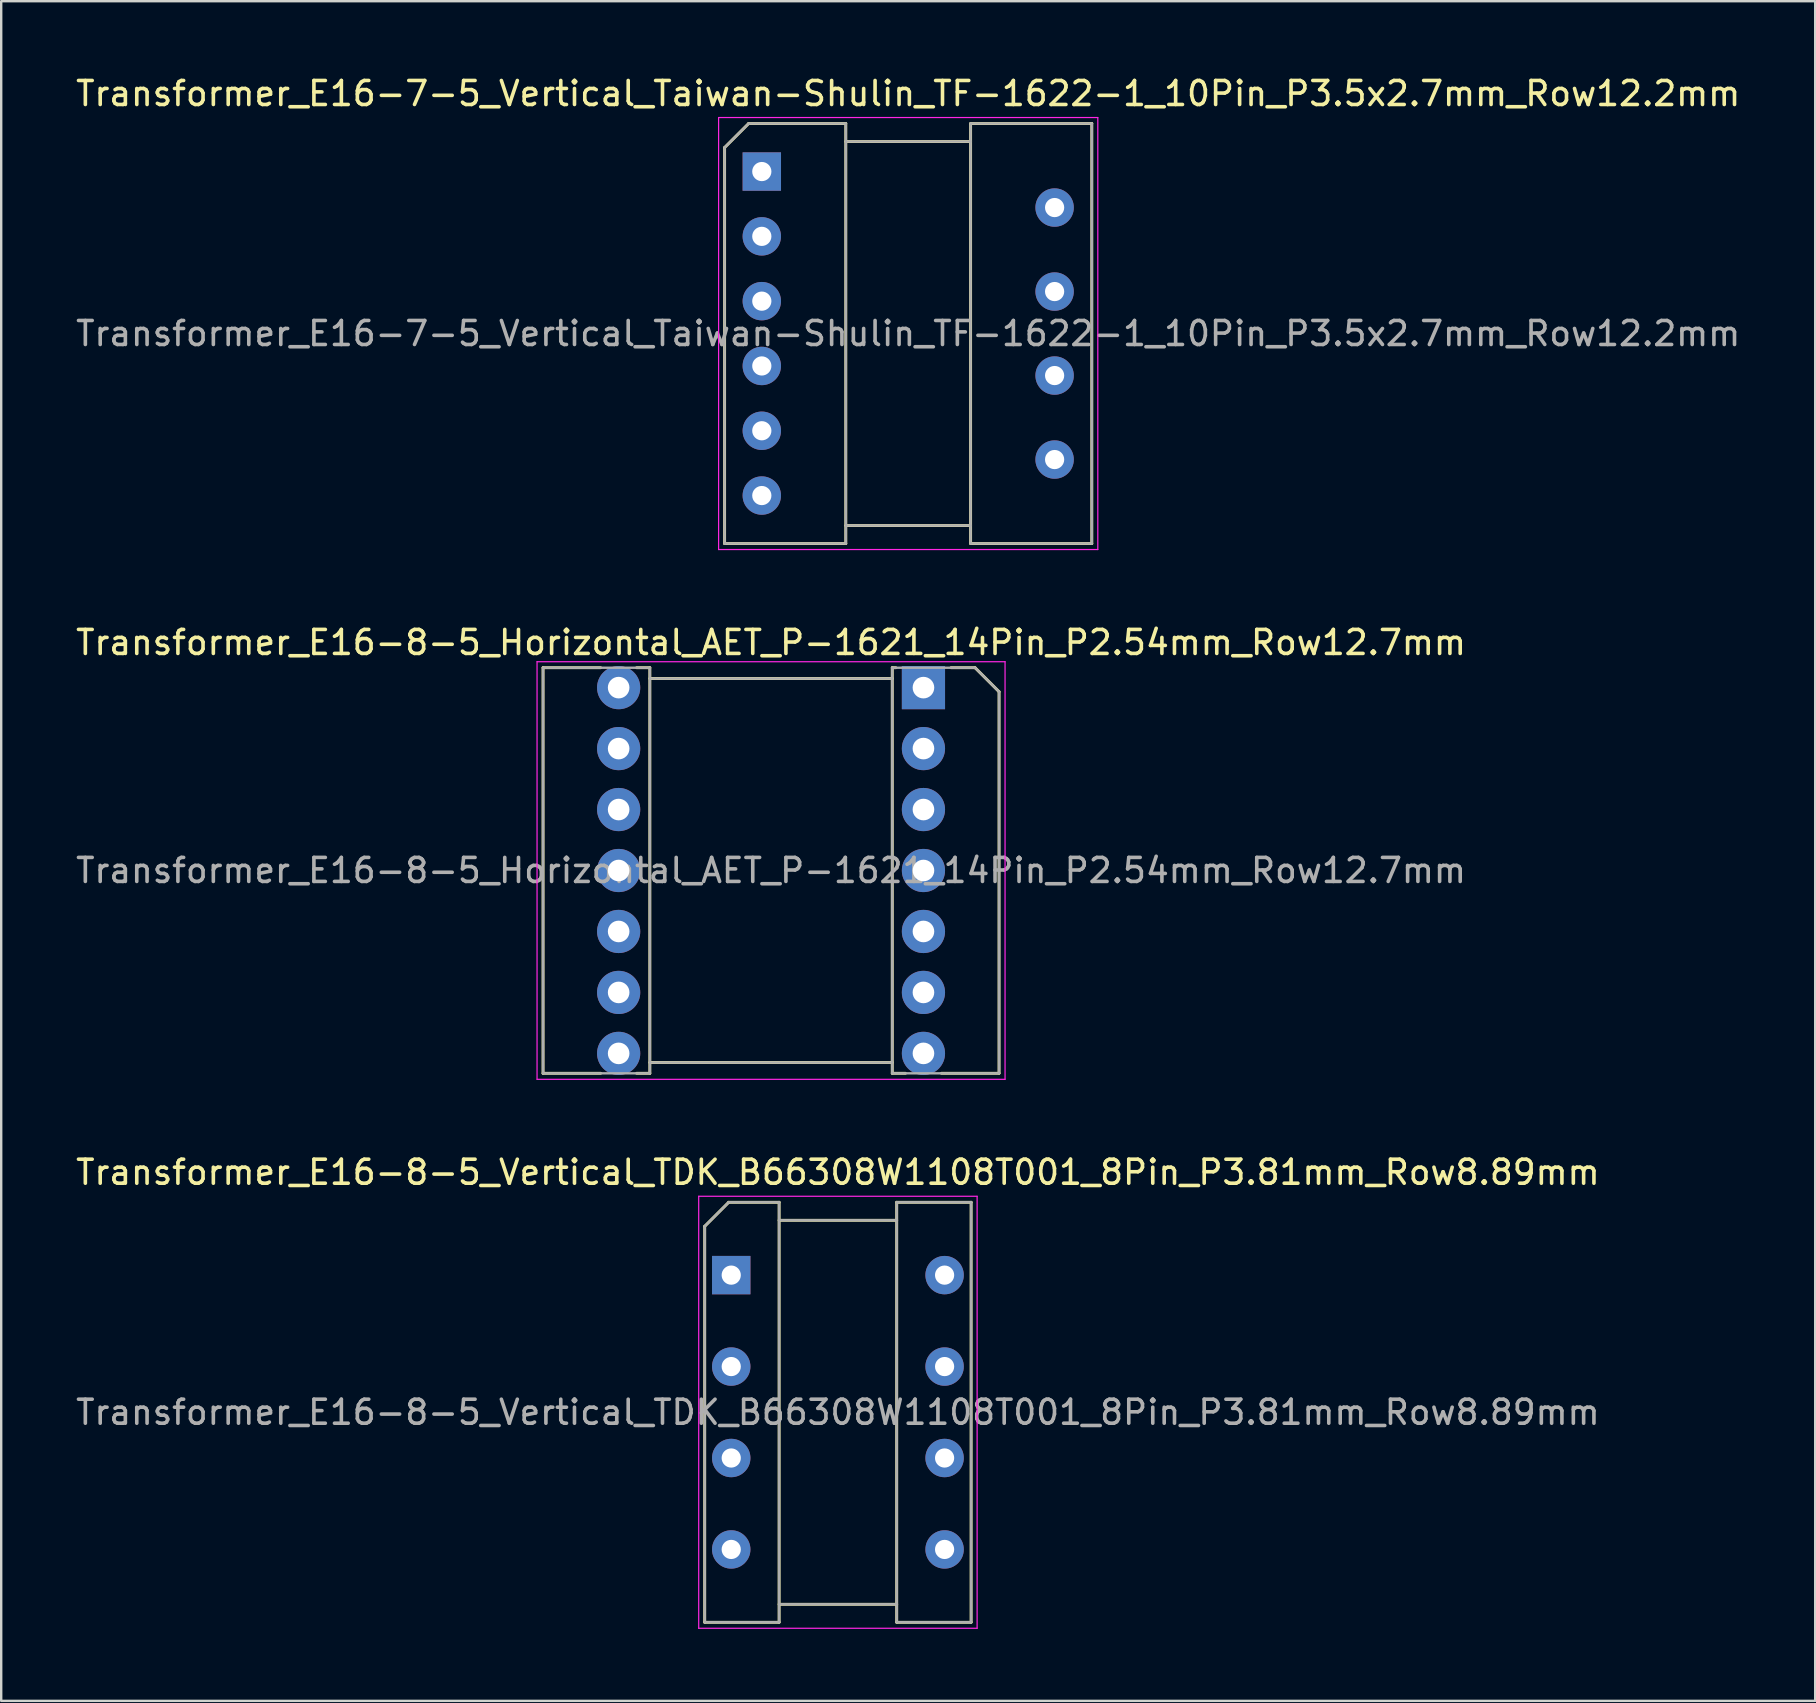
<source format=kicad_pcb>
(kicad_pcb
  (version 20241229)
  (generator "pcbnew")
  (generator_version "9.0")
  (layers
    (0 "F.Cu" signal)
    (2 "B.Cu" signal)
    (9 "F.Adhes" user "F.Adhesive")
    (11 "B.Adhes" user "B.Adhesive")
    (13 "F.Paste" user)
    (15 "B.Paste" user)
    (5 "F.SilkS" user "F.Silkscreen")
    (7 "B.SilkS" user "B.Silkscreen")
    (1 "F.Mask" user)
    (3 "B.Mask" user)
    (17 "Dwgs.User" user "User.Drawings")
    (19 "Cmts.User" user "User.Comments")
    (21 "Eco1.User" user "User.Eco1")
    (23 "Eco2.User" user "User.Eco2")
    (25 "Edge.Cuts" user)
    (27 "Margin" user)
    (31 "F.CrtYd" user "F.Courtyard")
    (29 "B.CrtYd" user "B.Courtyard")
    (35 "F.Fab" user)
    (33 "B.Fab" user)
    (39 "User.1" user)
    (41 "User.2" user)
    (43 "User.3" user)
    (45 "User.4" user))
  (footprint "Transformer_E16-8-5_Vertical_TDK_B66308W1108T001_8Pin_P3.81mm_Row8.89mm"
    (layer "F.Cu")
    (at 27.418 50.08)
    (property "Reference" "Transformer_E16-8-5_Vertical_TDK_B66308W1108T001_8Pin_P3.81mm_Row8.89mm" (at 4.445 -4.285 0) (layer "F.SilkS") (effects (font (size 1 1) (thickness 0.15))))
    (attr through_hole)
    (fp_line (start -1.105 14.465) (end -1.105 -2.035) (stroke (width 0.12) (type solid)) (layer "F.SilkS"))
    (fp_line (start -1.105 14.465) (end 1.995 14.465) (stroke (width 0.12) (type solid)) (layer "F.SilkS"))
    (fp_line (start -0.105 -3.035) (end -1.105 -2.035) (stroke (width 0.12) (type solid)) (layer "F.SilkS"))
    (fp_line (start -0.105 -3.035) (end 1.995 -3.035) (stroke (width 0.12) (type solid)) (layer "F.SilkS"))
    (fp_line (start 1.995 -2.285) (end 6.895 -2.285) (stroke (width 0.12) (type solid)) (layer "F.SilkS"))
    (fp_line (start 1.995 14.465) (end 1.995 -3.035) (stroke (width 0.12) (type solid)) (layer "F.SilkS"))
    (fp_line (start 6.895 -3.035) (end 6.895 14.465) (stroke (width 0.12) (type solid)) (layer "F.SilkS"))
    (fp_line (start 6.895 13.715) (end 1.995 13.715) (stroke (width 0.12) (type solid)) (layer "F.SilkS"))
    (fp_line (start 9.995 -3.035) (end 6.895 -3.035) (stroke (width 0.12) (type solid)) (layer "F.SilkS"))
    (fp_line (start 9.995 -3.035) (end 9.995 14.465) (stroke (width 0.12) (type solid)) (layer "F.SilkS"))
    (fp_line (start 9.995 14.465) (end 6.895 14.465) (stroke (width 0.12) (type solid)) (layer "F.SilkS"))
    (fp_line (start -1.355 -3.285) (end -1.355 14.715) (stroke (width 0.05) (type solid)) (layer "F.CrtYd"))
    (fp_line (start -1.355 -3.285) (end 10.245 -3.285) (stroke (width 0.05) (type solid)) (layer "F.CrtYd"))
    (fp_line (start -1.355 14.715) (end 10.245 14.715) (stroke (width 0.05) (type solid)) (layer "F.CrtYd"))
    (fp_line (start 10.245 -3.285) (end 10.245 14.715) (stroke (width 0.05) (type solid)) (layer "F.CrtYd"))
    (fp_line (start -1.105 14.465) (end -1.105 -2.035) (stroke (width 0.1) (type solid)) (layer "F.Fab"))
    (fp_line (start -1.105 14.465) (end 1.995 14.465) (stroke (width 0.1) (type solid)) (layer "F.Fab"))
    (fp_line (start -0.105 -3.035) (end -1.105 -2.035) (stroke (width 0.1) (type solid)) (layer "F.Fab"))
    (fp_line (start -0.105 -3.035) (end 1.995 -3.035) (stroke (width 0.1) (type solid)) (layer "F.Fab"))
    (fp_line (start 1.995 -2.285) (end 6.895 -2.285) (stroke (width 0.1) (type solid)) (layer "F.Fab"))
    (fp_line (start 1.995 14.465) (end 1.995 -3.035) (stroke (width 0.1) (type solid)) (layer "F.Fab"))
    (fp_line (start 6.895 -3.035) (end 6.895 14.465) (stroke (width 0.1) (type solid)) (layer "F.Fab"))
    (fp_line (start 6.895 13.715) (end 1.995 13.715) (stroke (width 0.1) (type solid)) (layer "F.Fab"))
    (fp_line (start 9.995 -3.035) (end 6.895 -3.035) (stroke (width 0.1) (type solid)) (layer "F.Fab"))
    (fp_line (start 9.995 -3.035) (end 9.995 14.465) (stroke (width 0.1) (type solid)) (layer "F.Fab"))
    (fp_line (start 9.995 14.465) (end 6.895 14.465) (stroke (width 0.1) (type solid)) (layer "F.Fab"))
    (fp_text user "${REFERENCE}" (at 4.445 5.715 0) (layer "F.Fab") (effects (font (size 1 1) (thickness 0.15))))
    (pad "1" thru_hole rect (at 0 0) (size 1.6 1.6) (drill 0.8) (layers "*.Cu" "*.Mask"))
    (pad "2" thru_hole oval (at 0 3.81) (size 1.6 1.6) (drill 0.8) (layers "*.Cu" "*.Mask"))
    (pad "3" thru_hole oval (at 0 7.62) (size 1.6 1.6) (drill 0.8) (layers "*.Cu" "*.Mask"))
    (pad "4" thru_hole oval (at 0 11.43) (size 1.6 1.6) (drill 0.8) (layers "*.Cu" "*.Mask"))
    (pad "5" thru_hole oval (at 8.89 11.43) (size 1.6 1.6) (drill 0.8) (layers "*.Cu" "*.Mask"))
    (pad "6" thru_hole oval (at 8.89 7.62) (size 1.6 1.6) (drill 0.8) (layers "*.Cu" "*.Mask"))
    (pad "7" thru_hole oval (at 8.89 3.81) (size 1.6 1.6) (drill 0.8) (layers "*.Cu" "*.Mask"))
    (pad "8" thru_hole oval (at 8.89 0) (size 1.6 1.6) (drill 0.8) (layers "*.Cu" "*.Mask")))
  (footprint "Transformer_E16-7-5_Vertical_Taiwan-Shulin_TF-1622-1_10Pin_P3.5x2.7mm_Row12.2mm"
    (layer "F.Cu")
    (at 28.692 4.098)
    (property "Reference" "Transformer_E16-7-5_Vertical_Taiwan-Shulin_TF-1622-1_10Pin_P3.5x2.7mm_Row12.2mm" (at 6.1 -3.25 0) (layer "F.SilkS") (effects (font (size 1 1) (thickness 0.15))))
    (attr through_hole)
    (fp_line (start -1.55 15.5) (end -1.55 -1) (stroke (width 0.12) (type solid)) (layer "F.SilkS"))
    (fp_line (start -1.55 15.5) (end 3.5 15.5) (stroke (width 0.12) (type solid)) (layer "F.SilkS"))
    (fp_line (start -0.55 -2) (end -1.55 -1) (stroke (width 0.12) (type solid)) (layer "F.SilkS"))
    (fp_line (start -0.55 -2) (end 3.5 -2) (stroke (width 0.12) (type solid)) (layer "F.SilkS"))
    (fp_line (start 3.5 -1.25) (end 8.7 -1.25) (stroke (width 0.12) (type solid)) (layer "F.SilkS"))
    (fp_line (start 3.5 15.5) (end 3.5 -2) (stroke (width 0.12) (type solid)) (layer "F.SilkS"))
    (fp_line (start 8.7 -2) (end 8.7 15.5) (stroke (width 0.12) (type solid)) (layer "F.SilkS"))
    (fp_line (start 8.7 14.75) (end 3.5 14.75) (stroke (width 0.12) (type solid)) (layer "F.SilkS"))
    (fp_line (start 13.75 -2) (end 8.7 -2) (stroke (width 0.12) (type solid)) (layer "F.SilkS"))
    (fp_line (start 13.75 -2) (end 13.75 15.5) (stroke (width 0.12) (type solid)) (layer "F.SilkS"))
    (fp_line (start 13.75 15.5) (end 8.7 15.5) (stroke (width 0.12) (type solid)) (layer "F.SilkS"))
    (fp_line (start -1.8 -2.25) (end -1.8 15.75) (stroke (width 0.05) (type solid)) (layer "F.CrtYd"))
    (fp_line (start -1.8 -2.25) (end 14 -2.25) (stroke (width 0.05) (type solid)) (layer "F.CrtYd"))
    (fp_line (start -1.8 15.75) (end 14 15.75) (stroke (width 0.05) (type solid)) (layer "F.CrtYd"))
    (fp_line (start 14 -2.25) (end 14 15.75) (stroke (width 0.05) (type solid)) (layer "F.CrtYd"))
    (fp_line (start -1.55 15.5) (end -1.55 -1) (stroke (width 0.1) (type solid)) (layer "F.Fab"))
    (fp_line (start -1.55 15.5) (end 3.5 15.5) (stroke (width 0.1) (type solid)) (layer "F.Fab"))
    (fp_line (start -0.55 -2) (end -1.55 -1) (stroke (width 0.1) (type solid)) (layer "F.Fab"))
    (fp_line (start -0.55 -2) (end 3.5 -2) (stroke (width 0.1) (type solid)) (layer "F.Fab"))
    (fp_line (start 3.5 -1.25) (end 8.7 -1.25) (stroke (width 0.1) (type solid)) (layer "F.Fab"))
    (fp_line (start 3.5 15.5) (end 3.5 -2) (stroke (width 0.1) (type solid)) (layer "F.Fab"))
    (fp_line (start 8.7 -2) (end 8.7 15.5) (stroke (width 0.1) (type solid)) (layer "F.Fab"))
    (fp_line (start 8.7 14.75) (end 3.5 14.75) (stroke (width 0.1) (type solid)) (layer "F.Fab"))
    (fp_line (start 13.75 -2) (end 8.7 -2) (stroke (width 0.1) (type solid)) (layer "F.Fab"))
    (fp_line (start 13.75 -2) (end 13.75 15.5) (stroke (width 0.1) (type solid)) (layer "F.Fab"))
    (fp_line (start 13.75 15.5) (end 8.7 15.5) (stroke (width 0.1) (type solid)) (layer "F.Fab"))
    (fp_text user "${REFERENCE}" (at 6.1 6.75 0) (layer "F.Fab") (effects (font (size 1 1) (thickness 0.15))))
    (pad "1" thru_hole rect (at 0 0) (size 1.6 1.6) (drill 0.8) (layers "*.Cu" "*.Mask"))
    (pad "2" thru_hole circle (at 0 2.7) (size 1.6 1.6) (drill 0.8) (layers "*.Cu" "*.Mask"))
    (pad "3" thru_hole circle (at 0 5.4) (size 1.6 1.6) (drill 0.8) (layers "*.Cu" "*.Mask"))
    (pad "4" thru_hole circle (at 0 8.1) (size 1.6 1.6) (drill 0.8) (layers "*.Cu" "*.Mask"))
    (pad "5" thru_hole circle (at 0 10.8) (size 1.6 1.6) (drill 0.8) (layers "*.Cu" "*.Mask"))
    (pad "6" thru_hole circle (at 0 13.5) (size 1.6 1.6) (drill 0.8) (layers "*.Cu" "*.Mask"))
    (pad "7" thru_hole circle (at 12.2 12) (size 1.6 1.6) (drill 0.8) (layers "*.Cu" "*.Mask"))
    (pad "8" thru_hole circle (at 12.2 8.5) (size 1.6 1.6) (drill 0.8) (layers "*.Cu" "*.Mask"))
    (pad "9" thru_hole circle (at 12.2 5) (size 1.6 1.6) (drill 0.8) (layers "*.Cu" "*.Mask"))
    (pad "10" thru_hole circle (at 12.2 1.5) (size 1.6 1.6) (drill 0.8) (layers "*.Cu" "*.Mask")))
  (footprint "Transformer_E16-8-5_Horizontal_AET_P-1621_14Pin_P2.54mm_Row12.7mm"
    (layer "F.Cu")
    (at 29.077 33.221)
    (property "Reference" "Transformer_E16-8-5_Horizontal_AET_P-1621_14Pin_P2.54mm_Row12.7mm" (at 0 -9.5 0) (layer "F.SilkS") (effects (font (size 1 1) (thickness 0.15))))
    (attr through_hole)
    (fp_line (start -9.5 -8.45) (end -7.1 -8.45) (stroke (width 0.12) (type solid)) (layer "F.SilkS"))
    (fp_line (start -9.5 8.45) (end -9.5 -8.45) (stroke (width 0.12) (type solid)) (layer "F.SilkS"))
    (fp_line (start -9.5 8.45) (end -7.1 8.45) (stroke (width 0.12) (type solid)) (layer "F.SilkS"))
    (fp_line (start -5.6 -8.45) (end -5.05 -8.45) (stroke (width 0.12) (type solid)) (layer "F.SilkS"))
    (fp_line (start -5.6 8.45) (end -5.05 8.45) (stroke (width 0.12) (type solid)) (layer "F.SilkS"))
    (fp_line (start -5.05 -8) (end 5.05 -8) (stroke (width 0.12) (type solid)) (layer "F.SilkS"))
    (fp_line (start -5.05 8.45) (end -5.05 -8.45) (stroke (width 0.12) (type solid)) (layer "F.SilkS"))
    (fp_line (start 5.05 -8.45) (end 5.05 8.45) (stroke (width 0.12) (type solid)) (layer "F.SilkS"))
    (fp_line (start 5.05 8) (end -5.05 8) (stroke (width 0.12) (type solid)) (layer "F.SilkS"))
    (fp_line (start 5.2 -8.45) (end 5.05 -8.45) (stroke (width 0.12) (type solid)) (layer "F.SilkS"))
    (fp_line (start 5.6 8.45) (end 5.05 8.45) (stroke (width 0.12) (type solid)) (layer "F.SilkS"))
    (fp_line (start 8.5 -8.45) (end 7.5 -8.45) (stroke (width 0.12) (type solid)) (layer "F.SilkS"))
    (fp_line (start 8.5 -8.45) (end 9.5 -7.45) (stroke (width 0.12) (type solid)) (layer "F.SilkS"))
    (fp_line (start 9.5 -7.45) (end 9.5 8.45) (stroke (width 0.12) (type solid)) (layer "F.SilkS"))
    (fp_line (start 9.5 8.45) (end 7.1 8.45) (stroke (width 0.12) (type solid)) (layer "F.SilkS"))
    (fp_line (start -9.75 -8.7) (end -9.75 8.7) (stroke (width 0.05) (type solid)) (layer "F.CrtYd"))
    (fp_line (start -9.75 -8.7) (end 9.75 -8.7) (stroke (width 0.05) (type solid)) (layer "F.CrtYd"))
    (fp_line (start -9.75 8.7) (end 9.75 8.7) (stroke (width 0.05) (type solid)) (layer "F.CrtYd"))
    (fp_line (start 9.75 -8.7) (end 9.75 8.7) (stroke (width 0.05) (type solid)) (layer "F.CrtYd"))
    (fp_line (start -9.5 -8.45) (end -5.05 -8.45) (stroke (width 0.1) (type solid)) (layer "F.Fab"))
    (fp_line (start -9.5 8.45) (end -9.5 -8.45) (stroke (width 0.1) (type solid)) (layer "F.Fab"))
    (fp_line (start -9.5 8.45) (end -5.05 8.45) (stroke (width 0.1) (type solid)) (layer "F.Fab"))
    (fp_line (start -5.05 -8) (end 5.05 -8) (stroke (width 0.1) (type solid)) (layer "F.Fab"))
    (fp_line (start -5.05 8.45) (end -5.05 -8.45) (stroke (width 0.1) (type solid)) (layer "F.Fab"))
    (fp_line (start 5.05 -8.45) (end 5.05 8.45) (stroke (width 0.1) (type solid)) (layer "F.Fab"))
    (fp_line (start 5.05 8) (end -5.05 8) (stroke (width 0.1) (type solid)) (layer "F.Fab"))
    (fp_line (start 8.5 -8.45) (end 5.05 -8.45) (stroke (width 0.1) (type solid)) (layer "F.Fab"))
    (fp_line (start 8.5 -8.45) (end 9.5 -7.45) (stroke (width 0.1) (type solid)) (layer "F.Fab"))
    (fp_line (start 9.5 -7.45) (end 9.5 8.45) (stroke (width 0.1) (type solid)) (layer "F.Fab"))
    (fp_line (start 9.5 8.45) (end 5.05 8.45) (stroke (width 0.1) (type solid)) (layer "F.Fab"))
    (fp_text user "${REFERENCE}" (at 0 0 0) (layer "F.Fab") (effects (font (size 1 1) (thickness 0.15))))
    (pad "1" thru_hole rect (at 6.35 -7.62) (size 1.8 1.8) (drill 0.9) (layers "*.Cu" "*.Mask"))
    (pad "2" thru_hole circle (at 6.35 -5.08) (size 1.8 1.8) (drill 0.9) (layers "*.Cu" "*.Mask"))
    (pad "3" thru_hole circle (at 6.35 -2.54) (size 1.8 1.8) (drill 0.9) (layers "*.Cu" "*.Mask"))
    (pad "4" thru_hole circle (at 6.35 0) (size 1.8 1.8) (drill 0.9) (layers "*.Cu" "*.Mask"))
    (pad "5" thru_hole circle (at 6.35 2.54) (size 1.8 1.8) (drill 0.9) (layers "*.Cu" "*.Mask"))
    (pad "6" thru_hole circle (at 6.35 5.08) (size 1.8 1.8) (drill 0.9) (layers "*.Cu" "*.Mask"))
    (pad "7" thru_hole circle (at 6.35 7.62) (size 1.8 1.8) (drill 0.9) (layers "*.Cu" "*.Mask"))
    (pad "8" thru_hole circle (at -6.35 7.62) (size 1.8 1.8) (drill 0.9) (layers "*.Cu" "*.Mask"))
    (pad "9" thru_hole circle (at -6.35 5.08) (size 1.8 1.8) (drill 0.9) (layers "*.Cu" "*.Mask"))
    (pad "10" thru_hole circle (at -6.35 2.54) (size 1.8 1.8) (drill 0.9) (layers "*.Cu" "*.Mask"))
    (pad "11" thru_hole circle (at -6.35 0) (size 1.8 1.8) (drill 0.9) (layers "*.Cu" "*.Mask"))
    (pad "12" thru_hole circle (at -6.35 -2.54) (size 1.8 1.8) (drill 0.9) (layers "*.Cu" "*.Mask"))
    (pad "13" thru_hole circle (at -6.35 -5.08) (size 1.8 1.8) (drill 0.9) (layers "*.Cu" "*.Mask"))
    (pad "14" thru_hole circle (at -6.35 -7.62) (size 1.8 1.8) (drill 0.9) (layers "*.Cu" "*.Mask")))
  (gr_rect
    (start -3 -3)
    (end 72.583 67.82)
    (stroke (width 0.1) (type default))
    (fill no)
    (layer "Edge.Cuts")))
</source>
